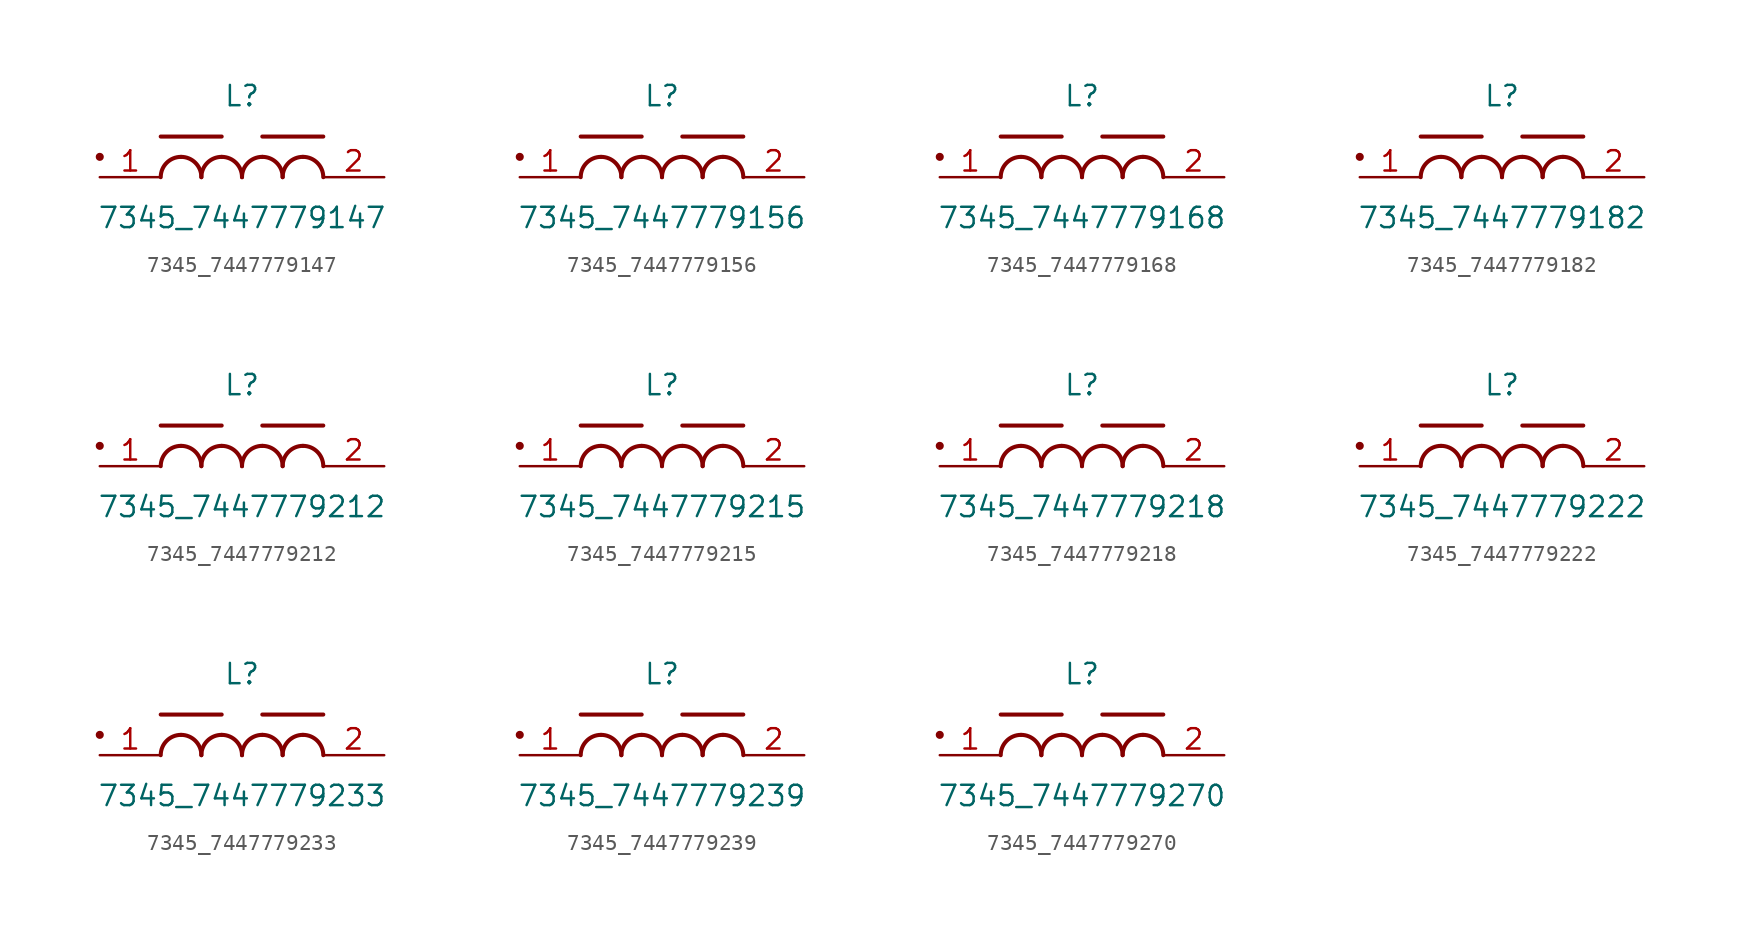
<source format=kicad_sym>
(kicad_symbol_lib
  (version 20211014)
  (generator kicad_symbol_editor)
  (symbol "Inductor_Wurth_WE-PD:7345_7447779147"
    (pin_names hide)
    (property "Reference" "L"
      (at 0 5.08 0)
      (effects (font (size 1.27 1.27))))
    (property "Value" "7345_7447779147"
      (at 0 -2.54 0)
      (effects (font (size 1.27 1.27))))
    (symbol "7345_7447779147_0_1"
      (circle (center -8.89 1.27) (radius 0.0001) (stroke (width 0.254)) (stroke (width 0.254) (type default) (color 0 0 0 0)) (fill (type none)))
      (arc (start -3.81 1.27) (mid -4.708 0.898) (end -5.08 0) (stroke (width 0.254) (type default) (color 0 0 0 0)) (fill (type none)))
      (arc (start -2.54 0) (mid -2.912 0.898) (end -3.81 1.27) (stroke (width 0.254) (type default) (color 0 0 0 0)) (fill (type none)))
      (arc (start -1.2699 1.2701) (mid -2.1679 0.8981) (end -2.5399 0.0001) (stroke (width 0.254) (type default) (color 0 0 0 0)) (fill (type none)))
      (polyline (pts (xy -5.08 2.54) (xy -1.27 2.54)) (stroke (width 0.254) (type default) (color 0 0 0 0)) (fill (type none)))
      (polyline (pts (xy 5.08 2.54) (xy 1.27 2.54)) (stroke (width 0.254) (type default) (color 0 0 0 0)) (fill (type none)))
      (arc (start 0.0001 0.0001) (mid -0.3719 0.8981) (end -1.2699 1.2701) (stroke (width 0.254) (type default) (color 0 0 0 0)) (fill (type none)))
      (arc (start 1.2701 1.2701) (mid 0.3721 0.8981) (end 0.0001 0.0001) (stroke (width 0.254) (type default) (color 0 0 0 0)) (fill (type none)))
      (arc (start 2.5401 0.0001) (mid 2.1681 0.8981) (end 1.2701 1.2701) (stroke (width 0.254) (type default) (color 0 0 0 0)) (fill (type none)))
      (arc (start 3.8101 1.2701) (mid 2.9121 0.8981) (end 2.5401 0.0001) (stroke (width 0.254) (type default) (color 0 0 0 0)) (fill (type none)))
      (arc (start 5.0801 0.0001) (mid 4.7081 0.8981) (end 3.8101 1.2701) (stroke (width 0.254) (type default) (color 0 0 0 0)) (fill (type none))))
    (symbol "7345_7447779147_1_1"
      (pin passive line (at -8.89 0 0) (length 3.81) (name "1" (effects (font (size 1.27 1.27)))) (number "1" (effects (font (size 1.27 1.27)))))
      (pin passive line (at 8.89 0 180) (length 3.81) (name "2" (effects (font (size 1.27 1.27)))) (number "2" (effects (font (size 1.27 1.27)))))))
  (symbol "Inductor_Wurth_WE-PD:7345_7447779156"
    (pin_names hide)
    (property "Reference" "L"
      (at 0 5.08 0)
      (effects (font (size 1.27 1.27))))
    (property "Value" "7345_7447779156"
      (at 0 -2.54 0)
      (effects (font (size 1.27 1.27))))
    (symbol "7345_7447779156_0_1"
      (circle (center -8.89 1.27) (radius 0.0001) (stroke (width 0.254)) (stroke (width 0.254) (type default) (color 0 0 0 0)) (fill (type none)))
      (arc (start -3.81 1.27) (mid -4.708 0.898) (end -5.08 0) (stroke (width 0.254) (type default) (color 0 0 0 0)) (fill (type none)))
      (arc (start -2.54 0) (mid -2.912 0.898) (end -3.81 1.27) (stroke (width 0.254) (type default) (color 0 0 0 0)) (fill (type none)))
      (arc (start -1.2699 1.2701) (mid -2.1679 0.8981) (end -2.5399 0.0001) (stroke (width 0.254) (type default) (color 0 0 0 0)) (fill (type none)))
      (polyline (pts (xy -5.08 2.54) (xy -1.27 2.54)) (stroke (width 0.254) (type default) (color 0 0 0 0)) (fill (type none)))
      (polyline (pts (xy 5.08 2.54) (xy 1.27 2.54)) (stroke (width 0.254) (type default) (color 0 0 0 0)) (fill (type none)))
      (arc (start 0.0001 0.0001) (mid -0.3719 0.8981) (end -1.2699 1.2701) (stroke (width 0.254) (type default) (color 0 0 0 0)) (fill (type none)))
      (arc (start 1.2701 1.2701) (mid 0.3721 0.8981) (end 0.0001 0.0001) (stroke (width 0.254) (type default) (color 0 0 0 0)) (fill (type none)))
      (arc (start 2.5401 0.0001) (mid 2.1681 0.8981) (end 1.2701 1.2701) (stroke (width 0.254) (type default) (color 0 0 0 0)) (fill (type none)))
      (arc (start 3.8101 1.2701) (mid 2.9121 0.8981) (end 2.5401 0.0001) (stroke (width 0.254) (type default) (color 0 0 0 0)) (fill (type none)))
      (arc (start 5.0801 0.0001) (mid 4.7081 0.8981) (end 3.8101 1.2701) (stroke (width 0.254) (type default) (color 0 0 0 0)) (fill (type none))))
    (symbol "7345_7447779156_1_1"
      (pin passive line (at -8.89 0 0) (length 3.81) (name "1" (effects (font (size 1.27 1.27)))) (number "1" (effects (font (size 1.27 1.27)))))
      (pin passive line (at 8.89 0 180) (length 3.81) (name "2" (effects (font (size 1.27 1.27)))) (number "2" (effects (font (size 1.27 1.27)))))))
  (symbol "Inductor_Wurth_WE-PD:7345_7447779168"
    (pin_names hide)
    (property "Reference" "L"
      (at 0 5.08 0)
      (effects (font (size 1.27 1.27))))
    (property "Value" "7345_7447779168"
      (at 0 -2.54 0)
      (effects (font (size 1.27 1.27))))
    (symbol "7345_7447779168_0_1"
      (circle (center -8.89 1.27) (radius 0.0001) (stroke (width 0.254)) (stroke (width 0.254) (type default) (color 0 0 0 0)) (fill (type none)))
      (arc (start -3.81 1.27) (mid -4.708 0.898) (end -5.08 0) (stroke (width 0.254) (type default) (color 0 0 0 0)) (fill (type none)))
      (arc (start -2.54 0) (mid -2.912 0.898) (end -3.81 1.27) (stroke (width 0.254) (type default) (color 0 0 0 0)) (fill (type none)))
      (arc (start -1.2699 1.2701) (mid -2.1679 0.8981) (end -2.5399 0.0001) (stroke (width 0.254) (type default) (color 0 0 0 0)) (fill (type none)))
      (polyline (pts (xy -5.08 2.54) (xy -1.27 2.54)) (stroke (width 0.254) (type default) (color 0 0 0 0)) (fill (type none)))
      (polyline (pts (xy 5.08 2.54) (xy 1.27 2.54)) (stroke (width 0.254) (type default) (color 0 0 0 0)) (fill (type none)))
      (arc (start 0.0001 0.0001) (mid -0.3719 0.8981) (end -1.2699 1.2701) (stroke (width 0.254) (type default) (color 0 0 0 0)) (fill (type none)))
      (arc (start 1.2701 1.2701) (mid 0.3721 0.8981) (end 0.0001 0.0001) (stroke (width 0.254) (type default) (color 0 0 0 0)) (fill (type none)))
      (arc (start 2.5401 0.0001) (mid 2.1681 0.8981) (end 1.2701 1.2701) (stroke (width 0.254) (type default) (color 0 0 0 0)) (fill (type none)))
      (arc (start 3.8101 1.2701) (mid 2.9121 0.8981) (end 2.5401 0.0001) (stroke (width 0.254) (type default) (color 0 0 0 0)) (fill (type none)))
      (arc (start 5.0801 0.0001) (mid 4.7081 0.8981) (end 3.8101 1.2701) (stroke (width 0.254) (type default) (color 0 0 0 0)) (fill (type none))))
    (symbol "7345_7447779168_1_1"
      (pin passive line (at -8.89 0 0) (length 3.81) (name "1" (effects (font (size 1.27 1.27)))) (number "1" (effects (font (size 1.27 1.27)))))
      (pin passive line (at 8.89 0 180) (length 3.81) (name "2" (effects (font (size 1.27 1.27)))) (number "2" (effects (font (size 1.27 1.27)))))))
  (symbol "Inductor_Wurth_WE-PD:7345_7447779182"
    (pin_names hide)
    (property "Reference" "L"
      (at 0 5.08 0)
      (effects (font (size 1.27 1.27))))
    (property "Value" "7345_7447779182"
      (at 0 -2.54 0)
      (effects (font (size 1.27 1.27))))
    (symbol "7345_7447779182_0_1"
      (circle (center -8.89 1.27) (radius 0.0001) (stroke (width 0.254)) (stroke (width 0.254) (type default) (color 0 0 0 0)) (fill (type none)))
      (arc (start -3.81 1.27) (mid -4.708 0.898) (end -5.08 0) (stroke (width 0.254) (type default) (color 0 0 0 0)) (fill (type none)))
      (arc (start -2.54 0) (mid -2.912 0.898) (end -3.81 1.27) (stroke (width 0.254) (type default) (color 0 0 0 0)) (fill (type none)))
      (arc (start -1.2699 1.2701) (mid -2.1679 0.8981) (end -2.5399 0.0001) (stroke (width 0.254) (type default) (color 0 0 0 0)) (fill (type none)))
      (polyline (pts (xy -5.08 2.54) (xy -1.27 2.54)) (stroke (width 0.254) (type default) (color 0 0 0 0)) (fill (type none)))
      (polyline (pts (xy 5.08 2.54) (xy 1.27 2.54)) (stroke (width 0.254) (type default) (color 0 0 0 0)) (fill (type none)))
      (arc (start 0.0001 0.0001) (mid -0.3719 0.8981) (end -1.2699 1.2701) (stroke (width 0.254) (type default) (color 0 0 0 0)) (fill (type none)))
      (arc (start 1.2701 1.2701) (mid 0.3721 0.8981) (end 0.0001 0.0001) (stroke (width 0.254) (type default) (color 0 0 0 0)) (fill (type none)))
      (arc (start 2.5401 0.0001) (mid 2.1681 0.8981) (end 1.2701 1.2701) (stroke (width 0.254) (type default) (color 0 0 0 0)) (fill (type none)))
      (arc (start 3.8101 1.2701) (mid 2.9121 0.8981) (end 2.5401 0.0001) (stroke (width 0.254) (type default) (color 0 0 0 0)) (fill (type none)))
      (arc (start 5.0801 0.0001) (mid 4.7081 0.8981) (end 3.8101 1.2701) (stroke (width 0.254) (type default) (color 0 0 0 0)) (fill (type none))))
    (symbol "7345_7447779182_1_1"
      (pin passive line (at -8.89 0 0) (length 3.81) (name "1" (effects (font (size 1.27 1.27)))) (number "1" (effects (font (size 1.27 1.27)))))
      (pin passive line (at 8.89 0 180) (length 3.81) (name "2" (effects (font (size 1.27 1.27)))) (number "2" (effects (font (size 1.27 1.27)))))))
  (symbol "Inductor_Wurth_WE-PD:7345_7447779212"
    (pin_names hide)
    (property "Reference" "L"
      (at 0 5.08 0)
      (effects (font (size 1.27 1.27))))
    (property "Value" "7345_7447779212"
      (at 0 -2.54 0)
      (effects (font (size 1.27 1.27))))
    (symbol "7345_7447779212_0_1"
      (circle (center -8.89 1.27) (radius 0.0001) (stroke (width 0.254)) (stroke (width 0.254) (type default) (color 0 0 0 0)) (fill (type none)))
      (arc (start -3.81 1.27) (mid -4.708 0.898) (end -5.08 0) (stroke (width 0.254) (type default) (color 0 0 0 0)) (fill (type none)))
      (arc (start -2.54 0) (mid -2.912 0.898) (end -3.81 1.27) (stroke (width 0.254) (type default) (color 0 0 0 0)) (fill (type none)))
      (arc (start -1.2699 1.2701) (mid -2.1679 0.8981) (end -2.5399 0.0001) (stroke (width 0.254) (type default) (color 0 0 0 0)) (fill (type none)))
      (polyline (pts (xy -5.08 2.54) (xy -1.27 2.54)) (stroke (width 0.254) (type default) (color 0 0 0 0)) (fill (type none)))
      (polyline (pts (xy 5.08 2.54) (xy 1.27 2.54)) (stroke (width 0.254) (type default) (color 0 0 0 0)) (fill (type none)))
      (arc (start 0.0001 0.0001) (mid -0.3719 0.8981) (end -1.2699 1.2701) (stroke (width 0.254) (type default) (color 0 0 0 0)) (fill (type none)))
      (arc (start 1.2701 1.2701) (mid 0.3721 0.8981) (end 0.0001 0.0001) (stroke (width 0.254) (type default) (color 0 0 0 0)) (fill (type none)))
      (arc (start 2.5401 0.0001) (mid 2.1681 0.8981) (end 1.2701 1.2701) (stroke (width 0.254) (type default) (color 0 0 0 0)) (fill (type none)))
      (arc (start 3.8101 1.2701) (mid 2.9121 0.8981) (end 2.5401 0.0001) (stroke (width 0.254) (type default) (color 0 0 0 0)) (fill (type none)))
      (arc (start 5.0801 0.0001) (mid 4.7081 0.8981) (end 3.8101 1.2701) (stroke (width 0.254) (type default) (color 0 0 0 0)) (fill (type none))))
    (symbol "7345_7447779212_1_1"
      (pin passive line (at -8.89 0 0) (length 3.81) (name "1" (effects (font (size 1.27 1.27)))) (number "1" (effects (font (size 1.27 1.27)))))
      (pin passive line (at 8.89 0 180) (length 3.81) (name "2" (effects (font (size 1.27 1.27)))) (number "2" (effects (font (size 1.27 1.27)))))))
  (symbol "Inductor_Wurth_WE-PD:7345_7447779215"
    (pin_names hide)
    (property "Reference" "L"
      (at 0 5.08 0)
      (effects (font (size 1.27 1.27))))
    (property "Value" "7345_7447779215"
      (at 0 -2.54 0)
      (effects (font (size 1.27 1.27))))
    (symbol "7345_7447779215_0_1"
      (circle (center -8.89 1.27) (radius 0.0001) (stroke (width 0.254)) (stroke (width 0.254) (type default) (color 0 0 0 0)) (fill (type none)))
      (arc (start -3.81 1.27) (mid -4.708 0.898) (end -5.08 0) (stroke (width 0.254) (type default) (color 0 0 0 0)) (fill (type none)))
      (arc (start -2.54 0) (mid -2.912 0.898) (end -3.81 1.27) (stroke (width 0.254) (type default) (color 0 0 0 0)) (fill (type none)))
      (arc (start -1.2699 1.2701) (mid -2.1679 0.8981) (end -2.5399 0.0001) (stroke (width 0.254) (type default) (color 0 0 0 0)) (fill (type none)))
      (polyline (pts (xy -5.08 2.54) (xy -1.27 2.54)) (stroke (width 0.254) (type default) (color 0 0 0 0)) (fill (type none)))
      (polyline (pts (xy 5.08 2.54) (xy 1.27 2.54)) (stroke (width 0.254) (type default) (color 0 0 0 0)) (fill (type none)))
      (arc (start 0.0001 0.0001) (mid -0.3719 0.8981) (end -1.2699 1.2701) (stroke (width 0.254) (type default) (color 0 0 0 0)) (fill (type none)))
      (arc (start 1.2701 1.2701) (mid 0.3721 0.8981) (end 0.0001 0.0001) (stroke (width 0.254) (type default) (color 0 0 0 0)) (fill (type none)))
      (arc (start 2.5401 0.0001) (mid 2.1681 0.8981) (end 1.2701 1.2701) (stroke (width 0.254) (type default) (color 0 0 0 0)) (fill (type none)))
      (arc (start 3.8101 1.2701) (mid 2.9121 0.8981) (end 2.5401 0.0001) (stroke (width 0.254) (type default) (color 0 0 0 0)) (fill (type none)))
      (arc (start 5.0801 0.0001) (mid 4.7081 0.8981) (end 3.8101 1.2701) (stroke (width 0.254) (type default) (color 0 0 0 0)) (fill (type none))))
    (symbol "7345_7447779215_1_1"
      (pin passive line (at -8.89 0 0) (length 3.81) (name "1" (effects (font (size 1.27 1.27)))) (number "1" (effects (font (size 1.27 1.27)))))
      (pin passive line (at 8.89 0 180) (length 3.81) (name "2" (effects (font (size 1.27 1.27)))) (number "2" (effects (font (size 1.27 1.27)))))))
  (symbol "Inductor_Wurth_WE-PD:7345_7447779218"
    (pin_names hide)
    (property "Reference" "L"
      (at 0 5.08 0)
      (effects (font (size 1.27 1.27))))
    (property "Value" "7345_7447779218"
      (at 0 -2.54 0)
      (effects (font (size 1.27 1.27))))
    (symbol "7345_7447779218_0_1"
      (circle (center -8.89 1.27) (radius 0.0001) (stroke (width 0.254)) (stroke (width 0.254) (type default) (color 0 0 0 0)) (fill (type none)))
      (arc (start -3.81 1.27) (mid -4.708 0.898) (end -5.08 0) (stroke (width 0.254) (type default) (color 0 0 0 0)) (fill (type none)))
      (arc (start -2.54 0) (mid -2.912 0.898) (end -3.81 1.27) (stroke (width 0.254) (type default) (color 0 0 0 0)) (fill (type none)))
      (arc (start -1.2699 1.2701) (mid -2.1679 0.8981) (end -2.5399 0.0001) (stroke (width 0.254) (type default) (color 0 0 0 0)) (fill (type none)))
      (polyline (pts (xy -5.08 2.54) (xy -1.27 2.54)) (stroke (width 0.254) (type default) (color 0 0 0 0)) (fill (type none)))
      (polyline (pts (xy 5.08 2.54) (xy 1.27 2.54)) (stroke (width 0.254) (type default) (color 0 0 0 0)) (fill (type none)))
      (arc (start 0.0001 0.0001) (mid -0.3719 0.8981) (end -1.2699 1.2701) (stroke (width 0.254) (type default) (color 0 0 0 0)) (fill (type none)))
      (arc (start 1.2701 1.2701) (mid 0.3721 0.8981) (end 0.0001 0.0001) (stroke (width 0.254) (type default) (color 0 0 0 0)) (fill (type none)))
      (arc (start 2.5401 0.0001) (mid 2.1681 0.8981) (end 1.2701 1.2701) (stroke (width 0.254) (type default) (color 0 0 0 0)) (fill (type none)))
      (arc (start 3.8101 1.2701) (mid 2.9121 0.8981) (end 2.5401 0.0001) (stroke (width 0.254) (type default) (color 0 0 0 0)) (fill (type none)))
      (arc (start 5.0801 0.0001) (mid 4.7081 0.8981) (end 3.8101 1.2701) (stroke (width 0.254) (type default) (color 0 0 0 0)) (fill (type none))))
    (symbol "7345_7447779218_1_1"
      (pin passive line (at -8.89 0 0) (length 3.81) (name "1" (effects (font (size 1.27 1.27)))) (number "1" (effects (font (size 1.27 1.27)))))
      (pin passive line (at 8.89 0 180) (length 3.81) (name "2" (effects (font (size 1.27 1.27)))) (number "2" (effects (font (size 1.27 1.27)))))))
  (symbol "Inductor_Wurth_WE-PD:7345_7447779222"
    (pin_names hide)
    (property "Reference" "L"
      (at 0 5.08 0)
      (effects (font (size 1.27 1.27))))
    (property "Value" "7345_7447779222"
      (at 0 -2.54 0)
      (effects (font (size 1.27 1.27))))
    (symbol "7345_7447779222_0_1"
      (circle (center -8.89 1.27) (radius 0.0001) (stroke (width 0.254)) (stroke (width 0.254) (type default) (color 0 0 0 0)) (fill (type none)))
      (arc (start -3.81 1.27) (mid -4.708 0.898) (end -5.08 0) (stroke (width 0.254) (type default) (color 0 0 0 0)) (fill (type none)))
      (arc (start -2.54 0) (mid -2.912 0.898) (end -3.81 1.27) (stroke (width 0.254) (type default) (color 0 0 0 0)) (fill (type none)))
      (arc (start -1.2699 1.2701) (mid -2.1679 0.8981) (end -2.5399 0.0001) (stroke (width 0.254) (type default) (color 0 0 0 0)) (fill (type none)))
      (polyline (pts (xy -5.08 2.54) (xy -1.27 2.54)) (stroke (width 0.254) (type default) (color 0 0 0 0)) (fill (type none)))
      (polyline (pts (xy 5.08 2.54) (xy 1.27 2.54)) (stroke (width 0.254) (type default) (color 0 0 0 0)) (fill (type none)))
      (arc (start 0.0001 0.0001) (mid -0.3719 0.8981) (end -1.2699 1.2701) (stroke (width 0.254) (type default) (color 0 0 0 0)) (fill (type none)))
      (arc (start 1.2701 1.2701) (mid 0.3721 0.8981) (end 0.0001 0.0001) (stroke (width 0.254) (type default) (color 0 0 0 0)) (fill (type none)))
      (arc (start 2.5401 0.0001) (mid 2.1681 0.8981) (end 1.2701 1.2701) (stroke (width 0.254) (type default) (color 0 0 0 0)) (fill (type none)))
      (arc (start 3.8101 1.2701) (mid 2.9121 0.8981) (end 2.5401 0.0001) (stroke (width 0.254) (type default) (color 0 0 0 0)) (fill (type none)))
      (arc (start 5.0801 0.0001) (mid 4.7081 0.8981) (end 3.8101 1.2701) (stroke (width 0.254) (type default) (color 0 0 0 0)) (fill (type none))))
    (symbol "7345_7447779222_1_1"
      (pin passive line (at -8.89 0 0) (length 3.81) (name "1" (effects (font (size 1.27 1.27)))) (number "1" (effects (font (size 1.27 1.27)))))
      (pin passive line (at 8.89 0 180) (length 3.81) (name "2" (effects (font (size 1.27 1.27)))) (number "2" (effects (font (size 1.27 1.27)))))))
  (symbol "Inductor_Wurth_WE-PD:7345_7447779233"
    (pin_names hide)
    (property "Reference" "L"
      (at 0 5.08 0)
      (effects (font (size 1.27 1.27))))
    (property "Value" "7345_7447779233"
      (at 0 -2.54 0)
      (effects (font (size 1.27 1.27))))
    (symbol "7345_7447779233_0_1"
      (circle (center -8.89 1.27) (radius 0.0001) (stroke (width 0.254)) (stroke (width 0.254) (type default) (color 0 0 0 0)) (fill (type none)))
      (arc (start -3.81 1.27) (mid -4.708 0.898) (end -5.08 0) (stroke (width 0.254) (type default) (color 0 0 0 0)) (fill (type none)))
      (arc (start -2.54 0) (mid -2.912 0.898) (end -3.81 1.27) (stroke (width 0.254) (type default) (color 0 0 0 0)) (fill (type none)))
      (arc (start -1.2699 1.2701) (mid -2.1679 0.8981) (end -2.5399 0.0001) (stroke (width 0.254) (type default) (color 0 0 0 0)) (fill (type none)))
      (polyline (pts (xy -5.08 2.54) (xy -1.27 2.54)) (stroke (width 0.254) (type default) (color 0 0 0 0)) (fill (type none)))
      (polyline (pts (xy 5.08 2.54) (xy 1.27 2.54)) (stroke (width 0.254) (type default) (color 0 0 0 0)) (fill (type none)))
      (arc (start 0.0001 0.0001) (mid -0.3719 0.8981) (end -1.2699 1.2701) (stroke (width 0.254) (type default) (color 0 0 0 0)) (fill (type none)))
      (arc (start 1.2701 1.2701) (mid 0.3721 0.8981) (end 0.0001 0.0001) (stroke (width 0.254) (type default) (color 0 0 0 0)) (fill (type none)))
      (arc (start 2.5401 0.0001) (mid 2.1681 0.8981) (end 1.2701 1.2701) (stroke (width 0.254) (type default) (color 0 0 0 0)) (fill (type none)))
      (arc (start 3.8101 1.2701) (mid 2.9121 0.8981) (end 2.5401 0.0001) (stroke (width 0.254) (type default) (color 0 0 0 0)) (fill (type none)))
      (arc (start 5.0801 0.0001) (mid 4.7081 0.8981) (end 3.8101 1.2701) (stroke (width 0.254) (type default) (color 0 0 0 0)) (fill (type none))))
    (symbol "7345_7447779233_1_1"
      (pin passive line (at -8.89 0 0) (length 3.81) (name "1" (effects (font (size 1.27 1.27)))) (number "1" (effects (font (size 1.27 1.27)))))
      (pin passive line (at 8.89 0 180) (length 3.81) (name "2" (effects (font (size 1.27 1.27)))) (number "2" (effects (font (size 1.27 1.27)))))))
  (symbol "Inductor_Wurth_WE-PD:7345_7447779239"
    (pin_names hide)
    (property "Reference" "L"
      (at 0 5.08 0)
      (effects (font (size 1.27 1.27))))
    (property "Value" "7345_7447779239"
      (at 0 -2.54 0)
      (effects (font (size 1.27 1.27))))
    (symbol "7345_7447779239_0_1"
      (circle (center -8.89 1.27) (radius 0.0001) (stroke (width 0.254)) (stroke (width 0.254) (type default) (color 0 0 0 0)) (fill (type none)))
      (arc (start -3.81 1.27) (mid -4.708 0.898) (end -5.08 0) (stroke (width 0.254) (type default) (color 0 0 0 0)) (fill (type none)))
      (arc (start -2.54 0) (mid -2.912 0.898) (end -3.81 1.27) (stroke (width 0.254) (type default) (color 0 0 0 0)) (fill (type none)))
      (arc (start -1.2699 1.2701) (mid -2.1679 0.8981) (end -2.5399 0.0001) (stroke (width 0.254) (type default) (color 0 0 0 0)) (fill (type none)))
      (polyline (pts (xy -5.08 2.54) (xy -1.27 2.54)) (stroke (width 0.254) (type default) (color 0 0 0 0)) (fill (type none)))
      (polyline (pts (xy 5.08 2.54) (xy 1.27 2.54)) (stroke (width 0.254) (type default) (color 0 0 0 0)) (fill (type none)))
      (arc (start 0.0001 0.0001) (mid -0.3719 0.8981) (end -1.2699 1.2701) (stroke (width 0.254) (type default) (color 0 0 0 0)) (fill (type none)))
      (arc (start 1.2701 1.2701) (mid 0.3721 0.8981) (end 0.0001 0.0001) (stroke (width 0.254) (type default) (color 0 0 0 0)) (fill (type none)))
      (arc (start 2.5401 0.0001) (mid 2.1681 0.8981) (end 1.2701 1.2701) (stroke (width 0.254) (type default) (color 0 0 0 0)) (fill (type none)))
      (arc (start 3.8101 1.2701) (mid 2.9121 0.8981) (end 2.5401 0.0001) (stroke (width 0.254) (type default) (color 0 0 0 0)) (fill (type none)))
      (arc (start 5.0801 0.0001) (mid 4.7081 0.8981) (end 3.8101 1.2701) (stroke (width 0.254) (type default) (color 0 0 0 0)) (fill (type none))))
    (symbol "7345_7447779239_1_1"
      (pin passive line (at -8.89 0 0) (length 3.81) (name "1" (effects (font (size 1.27 1.27)))) (number "1" (effects (font (size 1.27 1.27)))))
      (pin passive line (at 8.89 0 180) (length 3.81) (name "2" (effects (font (size 1.27 1.27)))) (number "2" (effects (font (size 1.27 1.27)))))))
  (symbol "Inductor_Wurth_WE-PD:7345_7447779270"
    (pin_names hide)
    (property "Reference" "L"
      (at 0 5.08 0)
      (effects (font (size 1.27 1.27))))
    (property "Value" "7345_7447779270"
      (at 0 -2.54 0)
      (effects (font (size 1.27 1.27))))
    (symbol "7345_7447779270_0_1"
      (circle (center -8.89 1.27) (radius 0.0001) (stroke (width 0.254)) (stroke (width 0.254) (type default) (color 0 0 0 0)) (fill (type none)))
      (arc (start -3.81 1.27) (mid -4.708 0.898) (end -5.08 0) (stroke (width 0.254) (type default) (color 0 0 0 0)) (fill (type none)))
      (arc (start -2.54 0) (mid -2.912 0.898) (end -3.81 1.27) (stroke (width 0.254) (type default) (color 0 0 0 0)) (fill (type none)))
      (arc (start -1.2699 1.2701) (mid -2.1679 0.8981) (end -2.5399 0.0001) (stroke (width 0.254) (type default) (color 0 0 0 0)) (fill (type none)))
      (polyline (pts (xy -5.08 2.54) (xy -1.27 2.54)) (stroke (width 0.254) (type default) (color 0 0 0 0)) (fill (type none)))
      (polyline (pts (xy 5.08 2.54) (xy 1.27 2.54)) (stroke (width 0.254) (type default) (color 0 0 0 0)) (fill (type none)))
      (arc (start 0.0001 0.0001) (mid -0.3719 0.8981) (end -1.2699 1.2701) (stroke (width 0.254) (type default) (color 0 0 0 0)) (fill (type none)))
      (arc (start 1.2701 1.2701) (mid 0.3721 0.8981) (end 0.0001 0.0001) (stroke (width 0.254) (type default) (color 0 0 0 0)) (fill (type none)))
      (arc (start 2.5401 0.0001) (mid 2.1681 0.8981) (end 1.2701 1.2701) (stroke (width 0.254) (type default) (color 0 0 0 0)) (fill (type none)))
      (arc (start 3.8101 1.2701) (mid 2.9121 0.8981) (end 2.5401 0.0001) (stroke (width 0.254) (type default) (color 0 0 0 0)) (fill (type none)))
      (arc (start 5.0801 0.0001) (mid 4.7081 0.8981) (end 3.8101 1.2701) (stroke (width 0.254) (type default) (color 0 0 0 0)) (fill (type none))))
    (symbol "7345_7447779270_1_1"
      (pin passive line (at -8.89 0 0) (length 3.81) (name "1" (effects (font (size 1.27 1.27)))) (number "1" (effects (font (size 1.27 1.27)))))
      (pin passive line (at 8.89 0 180) (length 3.81) (name "2" (effects (font (size 1.27 1.27)))) (number "2" (effects (font (size 1.27 1.27))))))))
</source>
